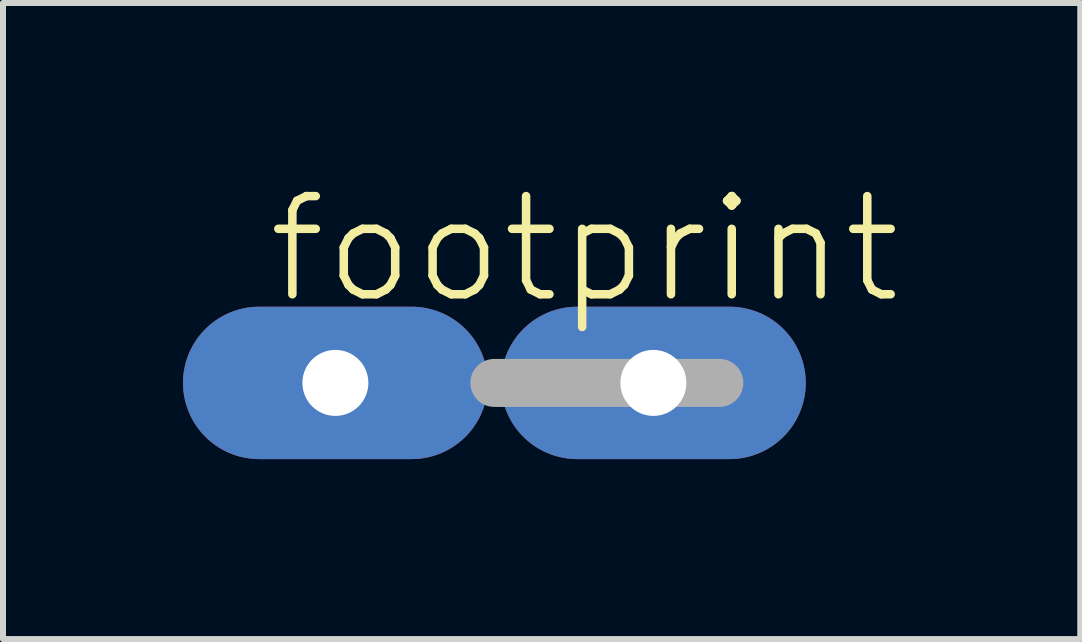
<source format=kicad_pcb>
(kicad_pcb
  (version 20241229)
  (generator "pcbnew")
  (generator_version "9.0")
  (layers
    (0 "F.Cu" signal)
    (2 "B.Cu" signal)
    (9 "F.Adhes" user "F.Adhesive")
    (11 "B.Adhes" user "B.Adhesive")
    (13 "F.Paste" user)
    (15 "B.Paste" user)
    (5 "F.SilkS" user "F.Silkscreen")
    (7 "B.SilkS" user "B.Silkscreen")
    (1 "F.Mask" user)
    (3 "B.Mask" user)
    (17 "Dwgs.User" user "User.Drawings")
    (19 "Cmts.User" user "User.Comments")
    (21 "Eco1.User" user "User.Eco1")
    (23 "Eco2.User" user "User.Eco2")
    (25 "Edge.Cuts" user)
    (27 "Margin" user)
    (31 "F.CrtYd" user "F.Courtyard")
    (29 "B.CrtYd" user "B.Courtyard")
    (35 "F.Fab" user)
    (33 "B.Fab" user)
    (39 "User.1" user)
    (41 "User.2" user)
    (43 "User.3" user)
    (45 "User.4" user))
  (footprint "footprint"
    (layer "F.Cu")
    (at 5.19 3.332)
    (property "Reference" "footprint" (at -3.85 -1.27 0) (layer "F.SilkS") (effects (font (size 1.636 1.636) (thickness 0.142)) (justify left bottom)))
    (fp_line (start 0 0) (end 3.75 0) (stroke (width 0.8) (type solid)) (layer "F.Fab"))
    (pad "A1" thru_hole oval (at -2.65 0) (size 5.08 2.54) (drill 1.1) (layers "*.Cu" "*.Mask"))
    (pad "A2" thru_hole oval (at 2.65 0) (size 5.08 2.54) (drill 1.1) (layers "*.Cu" "*.Mask")))
  (gr_rect
    (start -3 -3)
    (end 14.955 7.602)
    (stroke (width 0.1) (type default))
    (fill no)
    (layer "Edge.Cuts")))
</source>
